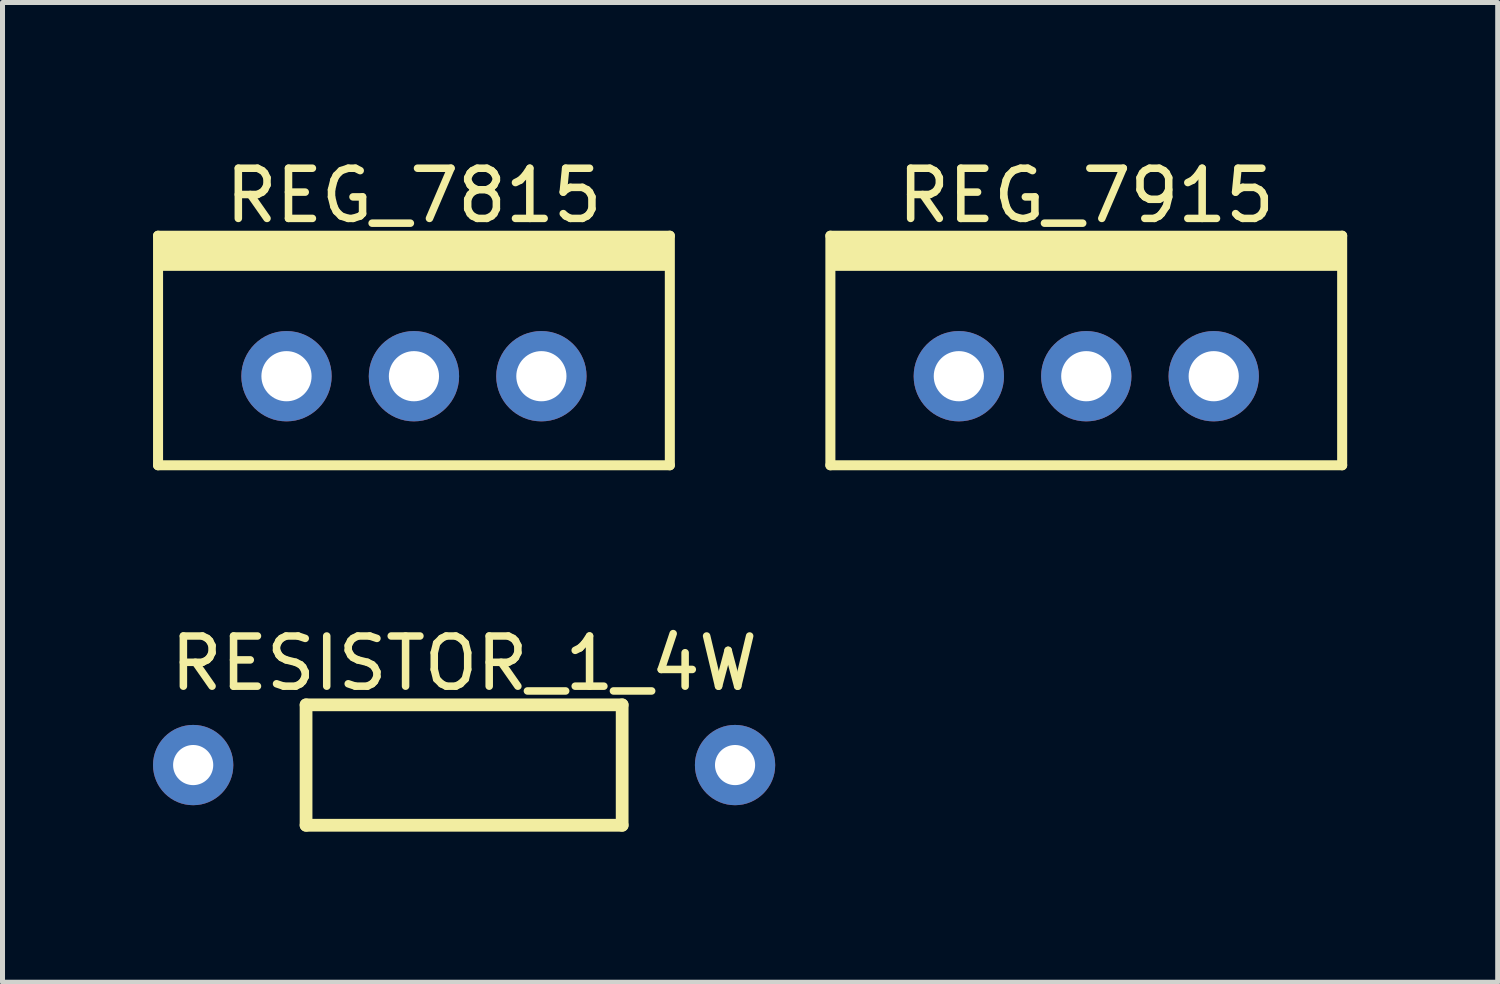
<source format=kicad_pcb>
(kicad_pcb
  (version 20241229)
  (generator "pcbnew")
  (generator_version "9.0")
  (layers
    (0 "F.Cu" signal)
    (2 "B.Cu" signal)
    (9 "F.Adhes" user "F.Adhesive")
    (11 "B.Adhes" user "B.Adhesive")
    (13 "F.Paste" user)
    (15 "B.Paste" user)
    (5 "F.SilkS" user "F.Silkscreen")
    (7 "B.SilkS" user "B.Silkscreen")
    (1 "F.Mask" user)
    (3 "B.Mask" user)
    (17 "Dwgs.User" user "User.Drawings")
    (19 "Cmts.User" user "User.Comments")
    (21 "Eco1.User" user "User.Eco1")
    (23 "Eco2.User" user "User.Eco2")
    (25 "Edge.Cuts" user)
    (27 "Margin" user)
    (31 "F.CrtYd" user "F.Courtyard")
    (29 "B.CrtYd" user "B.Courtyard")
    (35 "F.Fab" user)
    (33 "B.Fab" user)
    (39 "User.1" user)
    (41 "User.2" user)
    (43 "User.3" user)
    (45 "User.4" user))
  (footprint "REG_7915"
    (layer "F.Cu")
    (at 18.6 4.448)
    (property "Reference" "REG_7915" (at 0 -3.6 0) (layer "F.SilkS") (effects (font (size 1 1) (thickness 0.15))))
    (fp_line (start -5.1 -2.8) (end 5.1 -2.8) (stroke (width 0.2) (type solid)) (layer "F.SilkS"))
    (fp_line (start -5.1 1.775) (end -5.1 -2.8) (stroke (width 0.2) (type solid)) (layer "F.SilkS"))
    (fp_line (start -5.1 1.775) (end 5.1 1.775) (stroke (width 0.2) (type solid)) (layer "F.SilkS"))
    (fp_line (start 5.1 1.775) (end 5.1 -2.8) (stroke (width 0.2) (type solid)) (layer "F.SilkS"))
    (fp_rect (start -5.1 -2.1) (end 5.125 -2.8) (stroke (width 0) (type default)) (fill yes) (layer "F.SilkS"))
    (pad "1" thru_hole circle (at -2.54 0) (size 1.8 1.8) (drill 1) (layers "*.Cu" "*.Mask"))
    (pad "2" thru_hole circle (at 0 0) (size 1.8 1.8) (drill 1) (layers "*.Cu" "*.Mask"))
    (pad "3" thru_hole circle (at 2.54 0) (size 1.8 1.8) (drill 1) (layers "*.Cu" "*.Mask")))
  (footprint "RESISTOR_1_4W"
    (layer "F.Cu")
    (at 6.2 12.198)
    (property "Reference" "RESISTOR_1_4W" (at 0 -2.027 0) (layer "F.SilkS") (effects (font (size 1 1) (thickness 0.15))))
    (fp_line (start -3.15 -1.2) (end 3.15 -1.2) (stroke (width 0.254) (type solid)) (layer "F.SilkS"))
    (fp_line (start -3.15 1.2) (end -3.15 -1.2) (stroke (width 0.254) (type solid)) (layer "F.SilkS"))
    (fp_line (start -3.15 1.2) (end 3.15 1.2) (stroke (width 0.254) (type solid)) (layer "F.SilkS"))
    (fp_line (start 3.15 1.2) (end 3.15 -1.2) (stroke (width 0.254) (type solid)) (layer "F.SilkS"))
    (pad "1" thru_hole circle (at -5.4 0) (size 1.6 1.6) (drill 0.8) (layers "*.Cu" "*.Mask"))
    (pad "2" thru_hole circle (at 5.4 0) (size 1.6 1.6) (drill 0.8) (layers "*.Cu" "*.Mask")))
  (footprint "REG_7815"
    (layer "F.Cu")
    (at 5.2 4.448)
    (property "Reference" "REG_7815" (at 0 -3.6 0) (layer "F.SilkS") (effects (font (size 1 1) (thickness 0.15))))
    (fp_line (start -5.1 -2.8) (end 5.1 -2.8) (stroke (width 0.2) (type solid)) (layer "F.SilkS"))
    (fp_line (start -5.1 1.775) (end -5.1 -2.8) (stroke (width 0.2) (type solid)) (layer "F.SilkS"))
    (fp_line (start -5.1 1.775) (end 5.1 1.775) (stroke (width 0.2) (type solid)) (layer "F.SilkS"))
    (fp_line (start 5.1 1.775) (end 5.1 -2.8) (stroke (width 0.2) (type solid)) (layer "F.SilkS"))
    (fp_rect (start -5.1 -2.1) (end 5.125 -2.8) (stroke (width 0) (type default)) (fill yes) (layer "F.SilkS"))
    (pad "1" thru_hole circle (at -2.54 0) (size 1.8 1.8) (drill 1) (layers "*.Cu" "*.Mask"))
    (pad "2" thru_hole circle (at 0 0) (size 1.8 1.8) (drill 1) (layers "*.Cu" "*.Mask"))
    (pad "3" thru_hole circle (at 2.54 0) (size 1.8 1.8) (drill 1) (layers "*.Cu" "*.Mask")))
  (gr_rect
    (start -3 -3)
    (end 26.8 16.526)
    (stroke (width 0.1) (type default))
    (fill no)
    (layer "Edge.Cuts")))
</source>
